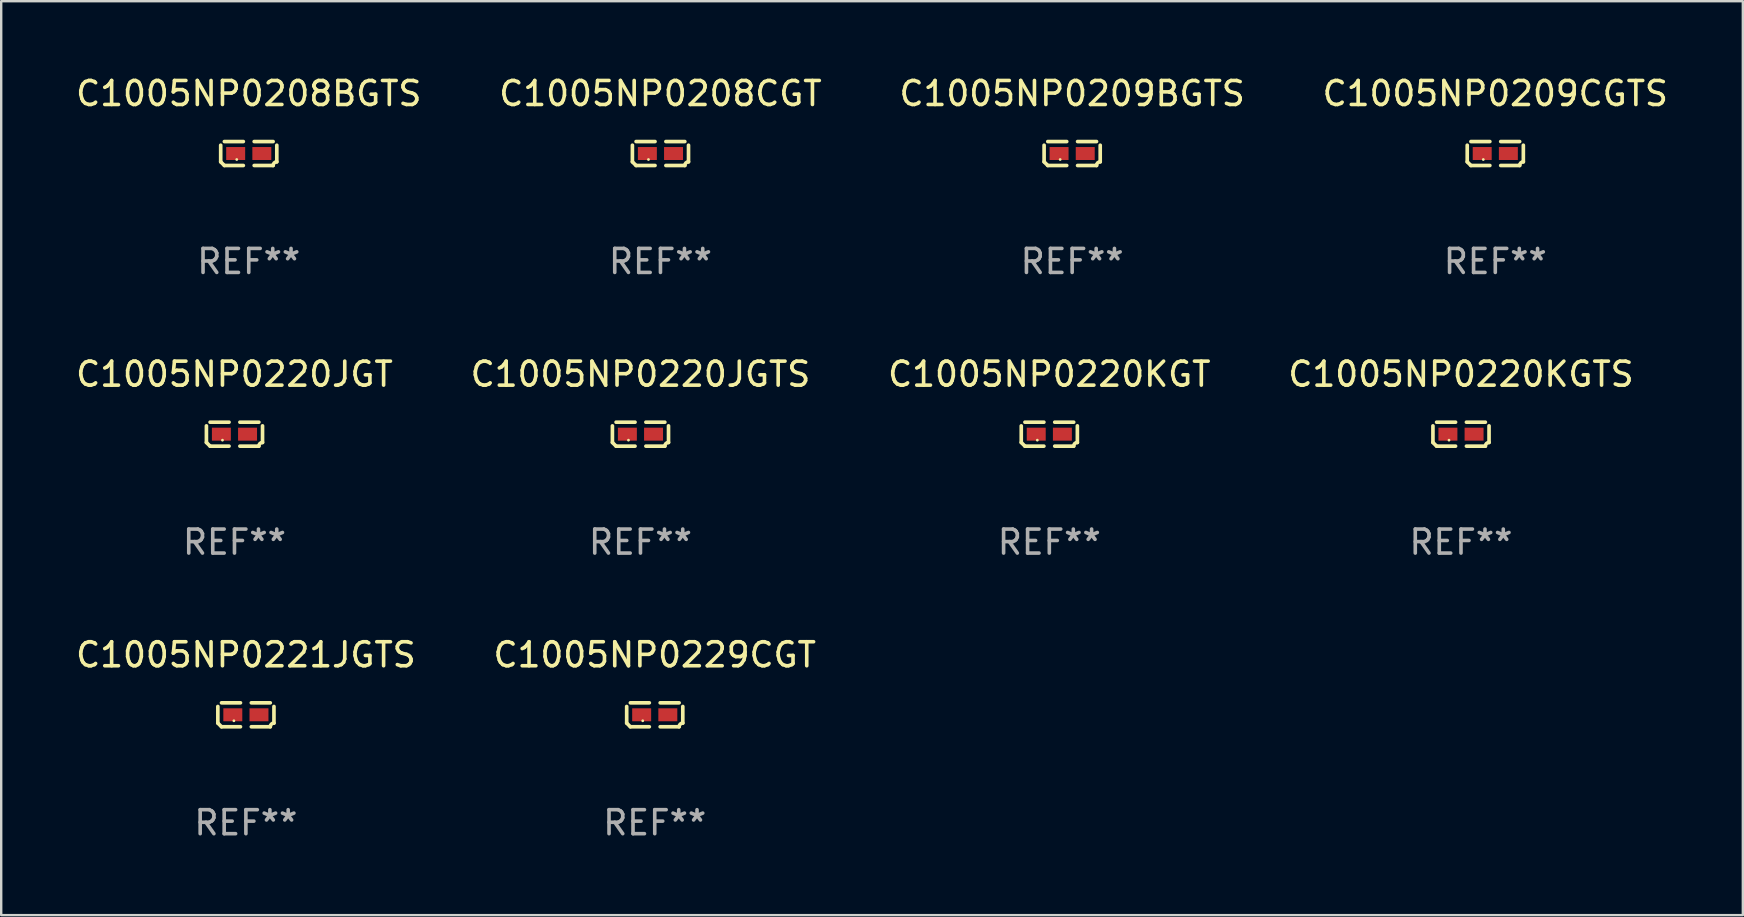
<source format=kicad_pcb>
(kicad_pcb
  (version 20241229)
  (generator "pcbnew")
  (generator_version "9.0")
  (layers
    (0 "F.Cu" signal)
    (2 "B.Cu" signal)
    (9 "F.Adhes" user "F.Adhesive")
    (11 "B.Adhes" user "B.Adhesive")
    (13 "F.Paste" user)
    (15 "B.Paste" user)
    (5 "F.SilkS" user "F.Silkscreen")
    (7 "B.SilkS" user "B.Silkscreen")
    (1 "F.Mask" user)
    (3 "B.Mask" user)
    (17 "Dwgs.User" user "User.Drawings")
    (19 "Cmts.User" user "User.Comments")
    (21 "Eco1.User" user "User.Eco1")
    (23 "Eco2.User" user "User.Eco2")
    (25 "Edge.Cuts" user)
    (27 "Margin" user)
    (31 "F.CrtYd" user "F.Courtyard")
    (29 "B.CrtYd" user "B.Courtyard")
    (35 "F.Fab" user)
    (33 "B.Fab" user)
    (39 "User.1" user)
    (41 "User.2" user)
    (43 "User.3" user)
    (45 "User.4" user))
  (footprint "C1005NP0220KGTS"
    (layer "F.Cu")
    (at 57.827 15.041)
    (property "Reference" "C1005NP0220KGTS" (at 0 -2.499 0) (layer "F.SilkS") (effects (font (size 1 1) (thickness 0.15))))
    (attr through_hole)
    (fp_line (start -1.169 0.346) (end -1.169 -0.346) (stroke (width 0.152) (type solid)) (layer "F.SilkS"))
    (fp_line (start -1.016 -0.499) (end -0.226 -0.499) (stroke (width 0.152) (type solid)) (layer "F.SilkS"))
    (fp_line (start -0.226 0.499) (end -1.016 0.499) (stroke (width 0.152) (type solid)) (layer "F.SilkS"))
    (fp_line (start 0.226 0.499) (end 1.016 0.499) (stroke (width 0.152) (type solid)) (layer "F.SilkS"))
    (fp_line (start 1.016 -0.499) (end 0.226 -0.499) (stroke (width 0.152) (type solid)) (layer "F.SilkS"))
    (fp_line (start 1.169 0.346) (end 1.169 -0.346) (stroke (width 0.152) (type solid)) (layer "F.SilkS"))
    (fp_arc (start -1.016307 0.498603) (mid -1.092512 0.422405) (end -1.16871 0.3462) (stroke (width 0.1524) (type solid)) (layer "F.SilkS"))
    (fp_arc (start 1.016307 0.498603) (mid 1.060899 0.390758) (end 1.168707 0.346076) (stroke (width 0.1524) (type solid)) (layer "F.SilkS"))
    (fp_circle (center -0.5 0.25) (end -0.47 0.25) (stroke (width 0.06) (type solid)) (fill no) (layer "F.SilkS"))
    (fp_text user "REF**" (at 0 4.499 0) (layer "F.Fab") (effects (font (size 1 1) (thickness 0.15))))
    (pad "1" smd rect (at -0.545 0) (size 0.79 0.54) (layers "F.Cu" "F.Mask" "F.Paste"))
    (pad "2" smd rect (at 0.545 0) (size 0.79 0.54) (layers "F.Cu" "F.Mask" "F.Paste")))
  (footprint "C1005NP0209BGTS"
    (layer "F.Cu")
    (at 41.625 3.347)
    (property "Reference" "C1005NP0209BGTS" (at 0 -2.499 0) (layer "F.SilkS") (effects (font (size 1 1) (thickness 0.15))))
    (attr through_hole)
    (fp_line (start -1.169 0.346) (end -1.169 -0.346) (stroke (width 0.152) (type solid)) (layer "F.SilkS"))
    (fp_line (start -1.016 -0.499) (end -0.226 -0.499) (stroke (width 0.152) (type solid)) (layer "F.SilkS"))
    (fp_line (start -0.226 0.499) (end -1.016 0.499) (stroke (width 0.152) (type solid)) (layer "F.SilkS"))
    (fp_line (start 0.226 0.499) (end 1.016 0.499) (stroke (width 0.152) (type solid)) (layer "F.SilkS"))
    (fp_line (start 1.016 -0.499) (end 0.226 -0.499) (stroke (width 0.152) (type solid)) (layer "F.SilkS"))
    (fp_line (start 1.169 0.346) (end 1.169 -0.346) (stroke (width 0.152) (type solid)) (layer "F.SilkS"))
    (fp_arc (start -1.016307 0.498603) (mid -1.092512 0.422405) (end -1.16871 0.3462) (stroke (width 0.1524) (type solid)) (layer "F.SilkS"))
    (fp_arc (start 1.016307 0.498603) (mid 1.060899 0.390758) (end 1.168707 0.346076) (stroke (width 0.1524) (type solid)) (layer "F.SilkS"))
    (fp_circle (center -0.5 0.25) (end -0.47 0.25) (stroke (width 0.06) (type solid)) (fill no) (layer "F.SilkS"))
    (fp_text user "REF**" (at 0 4.499 0) (layer "F.Fab") (effects (font (size 1 1) (thickness 0.15))))
    (pad "1" smd rect (at -0.545 0) (size 0.79 0.54) (layers "F.Cu" "F.Mask" "F.Paste"))
    (pad "2" smd rect (at 0.545 0) (size 0.79 0.54) (layers "F.Cu" "F.Mask" "F.Paste")))
  (footprint "C1005NP0220JGT"
    (layer "F.Cu")
    (at 6.72 15.041)
    (property "Reference" "C1005NP0220JGT" (at 0 -2.499 0) (layer "F.SilkS") (effects (font (size 1 1) (thickness 0.15))))
    (attr through_hole)
    (fp_line (start -1.169 0.346) (end -1.169 -0.346) (stroke (width 0.152) (type solid)) (layer "F.SilkS"))
    (fp_line (start -1.016 -0.499) (end -0.226 -0.499) (stroke (width 0.152) (type solid)) (layer "F.SilkS"))
    (fp_line (start -0.226 0.499) (end -1.016 0.499) (stroke (width 0.152) (type solid)) (layer "F.SilkS"))
    (fp_line (start 0.226 0.499) (end 1.016 0.499) (stroke (width 0.152) (type solid)) (layer "F.SilkS"))
    (fp_line (start 1.016 -0.499) (end 0.226 -0.499) (stroke (width 0.152) (type solid)) (layer "F.SilkS"))
    (fp_line (start 1.169 0.346) (end 1.169 -0.346) (stroke (width 0.152) (type solid)) (layer "F.SilkS"))
    (fp_arc (start -1.016307 0.498603) (mid -1.092512 0.422405) (end -1.16871 0.3462) (stroke (width 0.1524) (type solid)) (layer "F.SilkS"))
    (fp_arc (start 1.016307 0.498603) (mid 1.060899 0.390758) (end 1.168707 0.346076) (stroke (width 0.1524) (type solid)) (layer "F.SilkS"))
    (fp_circle (center -0.5 0.25) (end -0.47 0.25) (stroke (width 0.06) (type solid)) (fill no) (layer "F.SilkS"))
    (fp_text user "REF**" (at 0 4.499 0) (layer "F.Fab") (effects (font (size 1 1) (thickness 0.15))))
    (pad "1" smd rect (at -0.545 0) (size 0.79 0.54) (layers "F.Cu" "F.Mask" "F.Paste"))
    (pad "2" smd rect (at 0.545 0) (size 0.79 0.54) (layers "F.Cu" "F.Mask" "F.Paste")))
  (footprint "C1005NP0220KGT"
    (layer "F.Cu")
    (at 40.673 15.041)
    (property "Reference" "C1005NP0220KGT" (at 0 -2.499 0) (layer "F.SilkS") (effects (font (size 1 1) (thickness 0.15))))
    (attr through_hole)
    (fp_line (start -1.169 0.346) (end -1.169 -0.346) (stroke (width 0.152) (type solid)) (layer "F.SilkS"))
    (fp_line (start -1.016 -0.499) (end -0.226 -0.499) (stroke (width 0.152) (type solid)) (layer "F.SilkS"))
    (fp_line (start -0.226 0.499) (end -1.016 0.499) (stroke (width 0.152) (type solid)) (layer "F.SilkS"))
    (fp_line (start 0.226 0.499) (end 1.016 0.499) (stroke (width 0.152) (type solid)) (layer "F.SilkS"))
    (fp_line (start 1.016 -0.499) (end 0.226 -0.499) (stroke (width 0.152) (type solid)) (layer "F.SilkS"))
    (fp_line (start 1.169 0.346) (end 1.169 -0.346) (stroke (width 0.152) (type solid)) (layer "F.SilkS"))
    (fp_arc (start -1.016307 0.498603) (mid -1.092512 0.422405) (end -1.16871 0.3462) (stroke (width 0.1524) (type solid)) (layer "F.SilkS"))
    (fp_arc (start 1.016307 0.498603) (mid 1.060899 0.390758) (end 1.168707 0.346076) (stroke (width 0.1524) (type solid)) (layer "F.SilkS"))
    (fp_circle (center -0.5 0.25) (end -0.47 0.25) (stroke (width 0.06) (type solid)) (fill no) (layer "F.SilkS"))
    (fp_text user "REF**" (at 0 4.499 0) (layer "F.Fab") (effects (font (size 1 1) (thickness 0.15))))
    (pad "1" smd rect (at -0.545 0) (size 0.79 0.54) (layers "F.Cu" "F.Mask" "F.Paste"))
    (pad "2" smd rect (at 0.545 0) (size 0.79 0.54) (layers "F.Cu" "F.Mask" "F.Paste")))
  (footprint "C1005NP0208BGTS"
    (layer "F.Cu")
    (at 7.315 3.347)
    (property "Reference" "C1005NP0208BGTS" (at 0 -2.499 0) (layer "F.SilkS") (effects (font (size 1 1) (thickness 0.15))))
    (attr through_hole)
    (fp_line (start -1.169 0.346) (end -1.169 -0.346) (stroke (width 0.152) (type solid)) (layer "F.SilkS"))
    (fp_line (start -1.016 -0.499) (end -0.226 -0.499) (stroke (width 0.152) (type solid)) (layer "F.SilkS"))
    (fp_line (start -0.226 0.499) (end -1.016 0.499) (stroke (width 0.152) (type solid)) (layer "F.SilkS"))
    (fp_line (start 0.226 0.499) (end 1.016 0.499) (stroke (width 0.152) (type solid)) (layer "F.SilkS"))
    (fp_line (start 1.016 -0.499) (end 0.226 -0.499) (stroke (width 0.152) (type solid)) (layer "F.SilkS"))
    (fp_line (start 1.169 0.346) (end 1.169 -0.346) (stroke (width 0.152) (type solid)) (layer "F.SilkS"))
    (fp_arc (start -1.016307 0.498603) (mid -1.092512 0.422405) (end -1.16871 0.3462) (stroke (width 0.1524) (type solid)) (layer "F.SilkS"))
    (fp_arc (start 1.016307 0.498603) (mid 1.060899 0.390758) (end 1.168707 0.346076) (stroke (width 0.1524) (type solid)) (layer "F.SilkS"))
    (fp_circle (center -0.5 0.25) (end -0.47 0.25) (stroke (width 0.06) (type solid)) (fill no) (layer "F.SilkS"))
    (fp_text user "REF**" (at 0 4.499 0) (layer "F.Fab") (effects (font (size 1 1) (thickness 0.15))))
    (pad "1" smd rect (at -0.545 0) (size 0.79 0.54) (layers "F.Cu" "F.Mask" "F.Paste"))
    (pad "2" smd rect (at 0.545 0) (size 0.79 0.54) (layers "F.Cu" "F.Mask" "F.Paste")))
  (footprint "C1005NP0208CGT"
    (layer "F.Cu")
    (at 24.47 3.347)
    (property "Reference" "C1005NP0208CGT" (at 0 -2.499 0) (layer "F.SilkS") (effects (font (size 1 1) (thickness 0.15))))
    (attr through_hole)
    (fp_line (start -1.169 0.346) (end -1.169 -0.346) (stroke (width 0.152) (type solid)) (layer "F.SilkS"))
    (fp_line (start -1.016 -0.499) (end -0.226 -0.499) (stroke (width 0.152) (type solid)) (layer "F.SilkS"))
    (fp_line (start -0.226 0.499) (end -1.016 0.499) (stroke (width 0.152) (type solid)) (layer "F.SilkS"))
    (fp_line (start 0.226 0.499) (end 1.016 0.499) (stroke (width 0.152) (type solid)) (layer "F.SilkS"))
    (fp_line (start 1.016 -0.499) (end 0.226 -0.499) (stroke (width 0.152) (type solid)) (layer "F.SilkS"))
    (fp_line (start 1.169 0.346) (end 1.169 -0.346) (stroke (width 0.152) (type solid)) (layer "F.SilkS"))
    (fp_arc (start -1.016307 0.498603) (mid -1.092512 0.422405) (end -1.16871 0.3462) (stroke (width 0.1524) (type solid)) (layer "F.SilkS"))
    (fp_arc (start 1.016307 0.498603) (mid 1.060899 0.390758) (end 1.168707 0.346076) (stroke (width 0.1524) (type solid)) (layer "F.SilkS"))
    (fp_circle (center -0.5 0.25) (end -0.47 0.25) (stroke (width 0.06) (type solid)) (fill no) (layer "F.SilkS"))
    (fp_text user "REF**" (at 0 4.499 0) (layer "F.Fab") (effects (font (size 1 1) (thickness 0.15))))
    (pad "1" smd rect (at -0.545 0) (size 0.79 0.54) (layers "F.Cu" "F.Mask" "F.Paste"))
    (pad "2" smd rect (at 0.545 0) (size 0.79 0.54) (layers "F.Cu" "F.Mask" "F.Paste")))
  (footprint "C1005NP0220JGTS"
    (layer "F.Cu")
    (at 23.637 15.041)
    (property "Reference" "C1005NP0220JGTS" (at 0 -2.499 0) (layer "F.SilkS") (effects (font (size 1 1) (thickness 0.15))))
    (attr through_hole)
    (fp_line (start -1.169 0.346) (end -1.169 -0.346) (stroke (width 0.152) (type solid)) (layer "F.SilkS"))
    (fp_line (start -1.016 -0.499) (end -0.226 -0.499) (stroke (width 0.152) (type solid)) (layer "F.SilkS"))
    (fp_line (start -0.226 0.499) (end -1.016 0.499) (stroke (width 0.152) (type solid)) (layer "F.SilkS"))
    (fp_line (start 0.226 0.499) (end 1.016 0.499) (stroke (width 0.152) (type solid)) (layer "F.SilkS"))
    (fp_line (start 1.016 -0.499) (end 0.226 -0.499) (stroke (width 0.152) (type solid)) (layer "F.SilkS"))
    (fp_line (start 1.169 0.346) (end 1.169 -0.346) (stroke (width 0.152) (type solid)) (layer "F.SilkS"))
    (fp_arc (start -1.016307 0.498603) (mid -1.092512 0.422405) (end -1.16871 0.3462) (stroke (width 0.1524) (type solid)) (layer "F.SilkS"))
    (fp_arc (start 1.016307 0.498603) (mid 1.060899 0.390758) (end 1.168707 0.346076) (stroke (width 0.1524) (type solid)) (layer "F.SilkS"))
    (fp_circle (center -0.5 0.25) (end -0.47 0.25) (stroke (width 0.06) (type solid)) (fill no) (layer "F.SilkS"))
    (fp_text user "REF**" (at 0 4.499 0) (layer "F.Fab") (effects (font (size 1 1) (thickness 0.15))))
    (pad "1" smd rect (at -0.545 0) (size 0.79 0.54) (layers "F.Cu" "F.Mask" "F.Paste"))
    (pad "2" smd rect (at 0.545 0) (size 0.79 0.54) (layers "F.Cu" "F.Mask" "F.Paste")))
  (footprint "C1005NP0209CGTS"
    (layer "F.Cu")
    (at 59.256 3.347)
    (property "Reference" "C1005NP0209CGTS" (at 0 -2.499 0) (layer "F.SilkS") (effects (font (size 1 1) (thickness 0.15))))
    (attr through_hole)
    (fp_line (start -1.169 0.346) (end -1.169 -0.346) (stroke (width 0.152) (type solid)) (layer "F.SilkS"))
    (fp_line (start -1.016 -0.499) (end -0.226 -0.499) (stroke (width 0.152) (type solid)) (layer "F.SilkS"))
    (fp_line (start -0.226 0.499) (end -1.016 0.499) (stroke (width 0.152) (type solid)) (layer "F.SilkS"))
    (fp_line (start 0.226 0.499) (end 1.016 0.499) (stroke (width 0.152) (type solid)) (layer "F.SilkS"))
    (fp_line (start 1.016 -0.499) (end 0.226 -0.499) (stroke (width 0.152) (type solid)) (layer "F.SilkS"))
    (fp_line (start 1.169 0.346) (end 1.169 -0.346) (stroke (width 0.152) (type solid)) (layer "F.SilkS"))
    (fp_arc (start -1.016307 0.498603) (mid -1.092512 0.422405) (end -1.16871 0.3462) (stroke (width 0.1524) (type solid)) (layer "F.SilkS"))
    (fp_arc (start 1.016307 0.498603) (mid 1.060899 0.390758) (end 1.168707 0.346076) (stroke (width 0.1524) (type solid)) (layer "F.SilkS"))
    (fp_circle (center -0.5 0.25) (end -0.47 0.25) (stroke (width 0.06) (type solid)) (fill no) (layer "F.SilkS"))
    (fp_text user "REF**" (at 0 4.499 0) (layer "F.Fab") (effects (font (size 1 1) (thickness 0.15))))
    (pad "1" smd rect (at -0.545 0) (size 0.79 0.54) (layers "F.Cu" "F.Mask" "F.Paste"))
    (pad "2" smd rect (at 0.545 0) (size 0.79 0.54) (layers "F.Cu" "F.Mask" "F.Paste")))
  (footprint "C1005NP0229CGT"
    (layer "F.Cu")
    (at 24.232 26.734)
    (property "Reference" "C1005NP0229CGT" (at 0 -2.499 0) (layer "F.SilkS") (effects (font (size 1 1) (thickness 0.15))))
    (attr through_hole)
    (fp_line (start -1.169 0.346) (end -1.169 -0.346) (stroke (width 0.152) (type solid)) (layer "F.SilkS"))
    (fp_line (start -1.016 -0.499) (end -0.226 -0.499) (stroke (width 0.152) (type solid)) (layer "F.SilkS"))
    (fp_line (start -0.226 0.499) (end -1.016 0.499) (stroke (width 0.152) (type solid)) (layer "F.SilkS"))
    (fp_line (start 0.226 0.499) (end 1.016 0.499) (stroke (width 0.152) (type solid)) (layer "F.SilkS"))
    (fp_line (start 1.016 -0.499) (end 0.226 -0.499) (stroke (width 0.152) (type solid)) (layer "F.SilkS"))
    (fp_line (start 1.169 0.346) (end 1.169 -0.346) (stroke (width 0.152) (type solid)) (layer "F.SilkS"))
    (fp_arc (start -1.016307 0.498603) (mid -1.092512 0.422405) (end -1.16871 0.3462) (stroke (width 0.1524) (type solid)) (layer "F.SilkS"))
    (fp_arc (start 1.016307 0.498603) (mid 1.060899 0.390758) (end 1.168707 0.346076) (stroke (width 0.1524) (type solid)) (layer "F.SilkS"))
    (fp_circle (center -0.5 0.25) (end -0.47 0.25) (stroke (width 0.06) (type solid)) (fill no) (layer "F.SilkS"))
    (fp_text user "REF**" (at 0 4.499 0) (layer "F.Fab") (effects (font (size 1 1) (thickness 0.15))))
    (pad "1" smd rect (at -0.545 0) (size 0.79 0.54) (layers "F.Cu" "F.Mask" "F.Paste"))
    (pad "2" smd rect (at 0.545 0) (size 0.79 0.54) (layers "F.Cu" "F.Mask" "F.Paste")))
  (footprint "C1005NP0221JGTS"
    (layer "F.Cu")
    (at 7.196 26.734)
    (property "Reference" "C1005NP0221JGTS" (at 0 -2.499 0) (layer "F.SilkS") (effects (font (size 1 1) (thickness 0.15))))
    (attr through_hole)
    (fp_line (start -1.169 0.346) (end -1.169 -0.346) (stroke (width 0.152) (type solid)) (layer "F.SilkS"))
    (fp_line (start -1.016 -0.499) (end -0.226 -0.499) (stroke (width 0.152) (type solid)) (layer "F.SilkS"))
    (fp_line (start -0.226 0.499) (end -1.016 0.499) (stroke (width 0.152) (type solid)) (layer "F.SilkS"))
    (fp_line (start 0.226 0.499) (end 1.016 0.499) (stroke (width 0.152) (type solid)) (layer "F.SilkS"))
    (fp_line (start 1.016 -0.499) (end 0.226 -0.499) (stroke (width 0.152) (type solid)) (layer "F.SilkS"))
    (fp_line (start 1.169 0.346) (end 1.169 -0.346) (stroke (width 0.152) (type solid)) (layer "F.SilkS"))
    (fp_arc (start -1.016307 0.498603) (mid -1.092512 0.422405) (end -1.16871 0.3462) (stroke (width 0.1524) (type solid)) (layer "F.SilkS"))
    (fp_arc (start 1.016307 0.498603) (mid 1.060899 0.390758) (end 1.168707 0.346076) (stroke (width 0.1524) (type solid)) (layer "F.SilkS"))
    (fp_circle (center -0.5 0.25) (end -0.47 0.25) (stroke (width 0.06) (type solid)) (fill no) (layer "F.SilkS"))
    (fp_text user "REF**" (at 0 4.499 0) (layer "F.Fab") (effects (font (size 1 1) (thickness 0.15))))
    (pad "1" smd rect (at -0.545 0) (size 0.79 0.54) (layers "F.Cu" "F.Mask" "F.Paste"))
    (pad "2" smd rect (at 0.545 0) (size 0.79 0.54) (layers "F.Cu" "F.Mask" "F.Paste")))
  (gr_rect
    (start -3 -3)
    (end 69.571 35.081)
    (stroke (width 0.1) (type default))
    (fill no)
    (layer "Edge.Cuts")))
</source>
